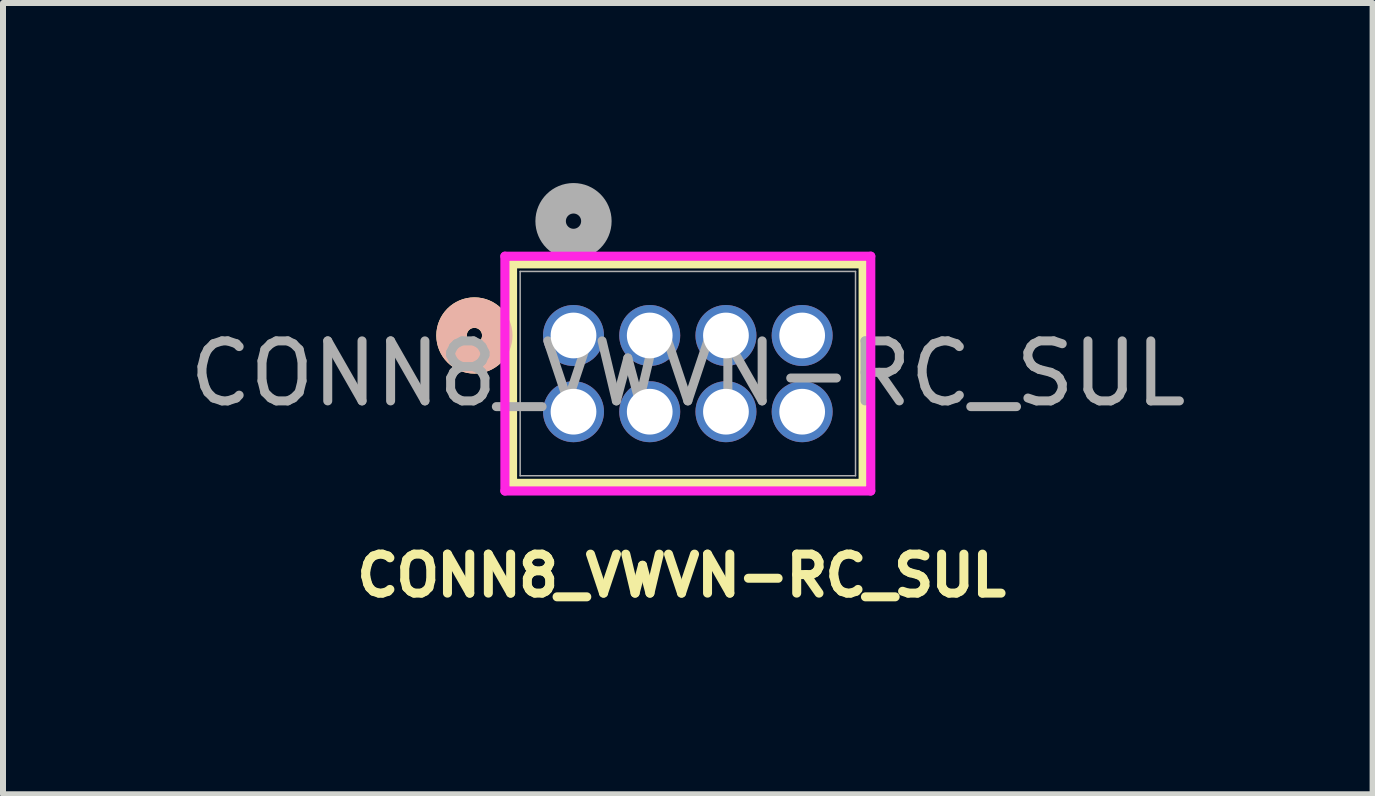
<source format=kicad_pcb>
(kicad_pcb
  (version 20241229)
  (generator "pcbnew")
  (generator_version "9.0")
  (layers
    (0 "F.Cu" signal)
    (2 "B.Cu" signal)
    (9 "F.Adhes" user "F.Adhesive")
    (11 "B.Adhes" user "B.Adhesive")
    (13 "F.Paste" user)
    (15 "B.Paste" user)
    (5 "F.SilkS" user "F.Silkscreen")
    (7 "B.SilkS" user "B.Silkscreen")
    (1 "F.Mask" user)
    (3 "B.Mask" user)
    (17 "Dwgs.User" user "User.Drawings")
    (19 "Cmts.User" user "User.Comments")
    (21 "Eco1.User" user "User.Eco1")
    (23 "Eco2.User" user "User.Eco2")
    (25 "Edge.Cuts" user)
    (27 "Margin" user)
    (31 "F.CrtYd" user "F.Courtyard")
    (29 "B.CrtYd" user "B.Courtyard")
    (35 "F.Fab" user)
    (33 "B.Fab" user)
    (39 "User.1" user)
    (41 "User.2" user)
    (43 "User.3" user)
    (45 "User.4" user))
  (footprint "CONN8_VWVN-RC_SUL"
    (layer "F.Cu")
    (at 6.506 2.54)
    (property "Reference" "CONN8_VWVN-RC_SUL" (at 1.8 4 0) (unlocked yes) (layer "F.SilkS") (effects (font (size 0.65 0.65) (thickness 0.15))))
    (attr through_hole)
    (fp_line (start -1.016 -1.194) (end -1.016 2.464) (stroke (width 0.152) (type solid)) (layer "F.SilkS"))
    (fp_line (start -1.016 2.464) (end 4.826 2.464) (stroke (width 0.152) (type solid)) (layer "F.SilkS"))
    (fp_line (start 4.826 -1.194) (end -1.016 -1.194) (stroke (width 0.152) (type solid)) (layer "F.SilkS"))
    (fp_line (start 4.826 2.464) (end 4.826 -1.194) (stroke (width 0.152) (type solid)) (layer "F.SilkS"))
    (fp_circle (center -1.651 0) (end -1.27 0) (stroke (width 0.508) (type solid)) (fill no) (layer "F.SilkS"))
    (fp_circle (center -1.651 0) (end -1.27 0) (stroke (width 0.508) (type solid)) (fill no) (layer "B.SilkS"))
    (fp_line (start -1.143 -1.321) (end -1.143 2.591) (stroke (width 0.152) (type solid)) (layer "F.CrtYd"))
    (fp_line (start -1.143 2.591) (end 4.953 2.591) (stroke (width 0.152) (type solid)) (layer "F.CrtYd"))
    (fp_line (start 4.953 -1.321) (end -1.143 -1.321) (stroke (width 0.152) (type solid)) (layer "F.CrtYd"))
    (fp_line (start 4.953 2.591) (end 4.953 -1.321) (stroke (width 0.152) (type solid)) (layer "F.CrtYd"))
    (fp_line (start -0.889 -1.067) (end -0.889 2.337) (stroke (width 0.025) (type solid)) (layer "F.Fab"))
    (fp_line (start -0.889 2.337) (end 4.699 2.337) (stroke (width 0.025) (type solid)) (layer "F.Fab"))
    (fp_line (start 4.699 -1.067) (end -0.889 -1.067) (stroke (width 0.025) (type solid)) (layer "F.Fab"))
    (fp_line (start 4.699 2.337) (end 4.699 -1.067) (stroke (width 0.025) (type solid)) (layer "F.Fab"))
    (fp_circle (center 0 -1.905) (end 0.381 -1.905) (stroke (width 0.508) (type solid)) (fill no) (layer "F.Fab"))
    (fp_text user "${REFERENCE}" (at 1.905 0.635 0) (unlocked yes) (layer "F.Fab") (effects (font (size 1 1) (thickness 0.15))))
    (pad "1" thru_hole circle (at 0 0) (size 1.016 1.016) (drill 0.762) (layers "*.Cu" "*.Mask"))
    (pad "2" thru_hole circle (at 0 1.27) (size 1.016 1.016) (drill 0.762) (layers "*.Cu" "*.Mask"))
    (pad "3" thru_hole circle (at 1.27 0) (size 1.016 1.016) (drill 0.762) (layers "*.Cu" "*.Mask"))
    (pad "4" thru_hole circle (at 1.27 1.27) (size 1.016 1.016) (drill 0.762) (layers "*.Cu" "*.Mask"))
    (pad "5" thru_hole circle (at 2.54 0) (size 1.016 1.016) (drill 0.762) (layers "*.Cu" "*.Mask"))
    (pad "6" thru_hole circle (at 2.54 1.27) (size 1.016 1.016) (drill 0.762) (layers "*.Cu" "*.Mask"))
    (pad "7" thru_hole circle (at 3.81 0) (size 1.016 1.016) (drill 0.762) (layers "*.Cu" "*.Mask"))
    (pad "8" thru_hole circle (at 3.81 1.27) (size 1.016 1.016) (drill 0.762) (layers "*.Cu" "*.Mask")))
  (gr_rect
    (start -3 -3)
    (end 19.821 10.184)
    (stroke (width 0.1) (type default))
    (fill no)
    (layer "Edge.Cuts")))
</source>
